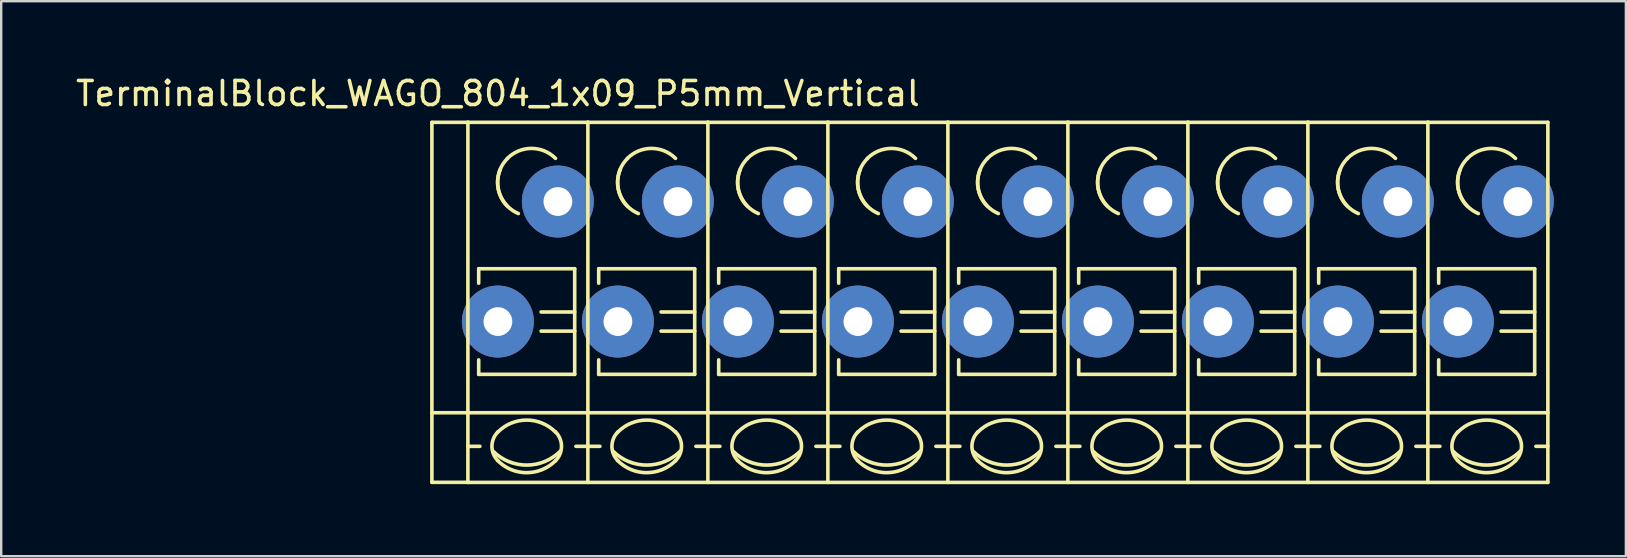
<source format=kicad_pcb>
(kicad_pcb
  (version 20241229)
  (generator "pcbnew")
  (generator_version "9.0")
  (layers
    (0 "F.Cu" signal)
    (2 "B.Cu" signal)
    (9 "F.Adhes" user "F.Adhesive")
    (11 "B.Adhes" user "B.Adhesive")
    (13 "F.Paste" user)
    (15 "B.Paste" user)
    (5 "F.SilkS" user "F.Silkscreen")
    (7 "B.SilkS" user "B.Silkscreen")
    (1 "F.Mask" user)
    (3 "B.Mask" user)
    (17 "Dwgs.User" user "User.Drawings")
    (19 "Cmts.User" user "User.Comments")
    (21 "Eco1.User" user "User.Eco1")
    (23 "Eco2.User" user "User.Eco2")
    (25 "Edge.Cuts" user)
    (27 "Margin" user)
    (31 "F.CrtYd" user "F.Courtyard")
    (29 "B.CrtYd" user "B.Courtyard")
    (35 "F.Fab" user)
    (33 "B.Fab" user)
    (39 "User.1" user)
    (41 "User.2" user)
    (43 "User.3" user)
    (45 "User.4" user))
  (footprint "TerminalBlock_WAGO_804_1x09_P5mm_Vertical"
    (layer "F.Cu")
    (at 17.696 10.348)
    (property "Reference" "TerminalBlock_WAGO_804_1x09_P5mm_Vertical" (at 0 -9.5 0) (layer "F.SilkS") (effects (font (size 1 1) (thickness 0.15))))
    (attr through_hole)
    (fp_line (start -2.75 -8.3) (end -1.25 -8.3) (stroke (width 0.15) (type solid)) (layer "F.SilkS"))
    (fp_line (start -2.75 6.7) (end -2.75 -8.3) (stroke (width 0.15) (type solid)) (layer "F.SilkS"))
    (fp_line (start -1.25 6.7) (end -2.75 6.7) (stroke (width 0.15) (type solid)) (layer "F.SilkS"))
    (fp_line (start -1.25 5.199) (end -0.749 5.199) (stroke (width 0.15) (type solid)) (layer "F.SilkS"))
    (fp_line (start -1.25 6.701) (end -1.25 -8.301) (stroke (width 0.15) (type solid)) (layer "F.SilkS"))
    (fp_line (start -0.8 -2.2) (end -0.8 -1.6) (stroke (width 0.15) (type solid)) (layer "F.SilkS"))
    (fp_line (start -0.8 -2.2) (end 3.2 -2.2) (stroke (width 0.15) (type solid)) (layer "F.SilkS"))
    (fp_line (start -0.8 2.2) (end -0.8 1.6) (stroke (width 0.15) (type solid)) (layer "F.SilkS"))
    (fp_line (start 3.2 -2.2) (end 3.2 2.2) (stroke (width 0.15) (type solid)) (layer "F.SilkS"))
    (fp_line (start 3.2 -0.399) (end 1.801 -0.399) (stroke (width 0.15) (type solid)) (layer "F.SilkS"))
    (fp_line (start 3.2 0.399) (end 1.801 0.399) (stroke (width 0.15) (type solid)) (layer "F.SilkS"))
    (fp_line (start 3.2 2.2) (end -0.8 2.2) (stroke (width 0.15) (type solid)) (layer "F.SilkS"))
    (fp_line (start 3.749 -8.301) (end -1.25 -8.301) (stroke (width 0.15) (type solid)) (layer "F.SilkS"))
    (fp_line (start 3.749 -8.301) (end 3.749 6.701) (stroke (width 0.15) (type solid)) (layer "F.SilkS"))
    (fp_line (start 3.749 5.199) (end 3.251 5.199) (stroke (width 0.15) (type solid)) (layer "F.SilkS"))
    (fp_line (start 3.749 6.701) (end -1.25 6.701) (stroke (width 0.15) (type solid)) (layer "F.SilkS"))
    (fp_line (start 3.75 3.8) (end -2.75 3.8) (stroke (width 0.15) (type solid)) (layer "F.SilkS"))
    (fp_line (start 3.75 3.8) (end 8.75 3.8) (stroke (width 0.15) (type solid)) (layer "F.SilkS"))
    (fp_line (start 3.75 5.199) (end 4.251 5.199) (stroke (width 0.15) (type solid)) (layer "F.SilkS"))
    (fp_line (start 4.2 -2.2) (end 4.2 -1.6) (stroke (width 0.15) (type solid)) (layer "F.SilkS"))
    (fp_line (start 4.2 -2.2) (end 8.2 -2.2) (stroke (width 0.15) (type solid)) (layer "F.SilkS"))
    (fp_line (start 4.2 2.2) (end 4.2 1.6) (stroke (width 0.15) (type solid)) (layer "F.SilkS"))
    (fp_line (start 8.2 -2.2) (end 8.2 2.2) (stroke (width 0.15) (type solid)) (layer "F.SilkS"))
    (fp_line (start 8.2 -0.399) (end 6.801 -0.399) (stroke (width 0.15) (type solid)) (layer "F.SilkS"))
    (fp_line (start 8.2 0.399) (end 6.801 0.399) (stroke (width 0.15) (type solid)) (layer "F.SilkS"))
    (fp_line (start 8.2 2.2) (end 4.2 2.2) (stroke (width 0.15) (type solid)) (layer "F.SilkS"))
    (fp_line (start 8.749 -8.301) (end 3.75 -8.301) (stroke (width 0.15) (type solid)) (layer "F.SilkS"))
    (fp_line (start 8.749 -8.301) (end 8.749 6.701) (stroke (width 0.15) (type solid)) (layer "F.SilkS"))
    (fp_line (start 8.749 5.199) (end 8.251 5.199) (stroke (width 0.15) (type solid)) (layer "F.SilkS"))
    (fp_line (start 8.749 6.701) (end 3.75 6.701) (stroke (width 0.15) (type solid)) (layer "F.SilkS"))
    (fp_line (start 8.75 3.8) (end 13.75 3.8) (stroke (width 0.15) (type solid)) (layer "F.SilkS"))
    (fp_line (start 8.75 5.199) (end 9.251 5.199) (stroke (width 0.15) (type solid)) (layer "F.SilkS"))
    (fp_line (start 9.2 -2.2) (end 9.2 -1.6) (stroke (width 0.15) (type solid)) (layer "F.SilkS"))
    (fp_line (start 9.2 -2.2) (end 13.2 -2.2) (stroke (width 0.15) (type solid)) (layer "F.SilkS"))
    (fp_line (start 9.2 2.2) (end 9.2 1.6) (stroke (width 0.15) (type solid)) (layer "F.SilkS"))
    (fp_line (start 13.2 -2.2) (end 13.2 2.2) (stroke (width 0.15) (type solid)) (layer "F.SilkS"))
    (fp_line (start 13.2 -0.399) (end 11.801 -0.399) (stroke (width 0.15) (type solid)) (layer "F.SilkS"))
    (fp_line (start 13.2 0.399) (end 11.801 0.399) (stroke (width 0.15) (type solid)) (layer "F.SilkS"))
    (fp_line (start 13.2 2.2) (end 9.2 2.2) (stroke (width 0.15) (type solid)) (layer "F.SilkS"))
    (fp_line (start 13.749 -8.301) (end 8.75 -8.301) (stroke (width 0.15) (type solid)) (layer "F.SilkS"))
    (fp_line (start 13.749 -8.301) (end 13.749 6.701) (stroke (width 0.15) (type solid)) (layer "F.SilkS"))
    (fp_line (start 13.749 5.199) (end 13.251 5.199) (stroke (width 0.15) (type solid)) (layer "F.SilkS"))
    (fp_line (start 13.749 6.701) (end 8.75 6.701) (stroke (width 0.15) (type solid)) (layer "F.SilkS"))
    (fp_line (start 13.75 3.8) (end 18.75 3.8) (stroke (width 0.15) (type solid)) (layer "F.SilkS"))
    (fp_line (start 13.75 5.199) (end 14.251 5.199) (stroke (width 0.15) (type solid)) (layer "F.SilkS"))
    (fp_line (start 14.2 -2.2) (end 14.2 -1.6) (stroke (width 0.15) (type solid)) (layer "F.SilkS"))
    (fp_line (start 14.2 -2.2) (end 18.2 -2.2) (stroke (width 0.15) (type solid)) (layer "F.SilkS"))
    (fp_line (start 14.2 2.2) (end 14.2 1.6) (stroke (width 0.15) (type solid)) (layer "F.SilkS"))
    (fp_line (start 18.2 -2.2) (end 18.2 2.2) (stroke (width 0.15) (type solid)) (layer "F.SilkS"))
    (fp_line (start 18.2 -0.399) (end 16.801 -0.399) (stroke (width 0.15) (type solid)) (layer "F.SilkS"))
    (fp_line (start 18.2 0.399) (end 16.801 0.399) (stroke (width 0.15) (type solid)) (layer "F.SilkS"))
    (fp_line (start 18.2 2.2) (end 14.2 2.2) (stroke (width 0.15) (type solid)) (layer "F.SilkS"))
    (fp_line (start 18.749 -8.301) (end 13.75 -8.301) (stroke (width 0.15) (type solid)) (layer "F.SilkS"))
    (fp_line (start 18.749 -8.301) (end 18.749 6.701) (stroke (width 0.15) (type solid)) (layer "F.SilkS"))
    (fp_line (start 18.749 5.199) (end 18.251 5.199) (stroke (width 0.15) (type solid)) (layer "F.SilkS"))
    (fp_line (start 18.749 6.701) (end 13.75 6.701) (stroke (width 0.15) (type solid)) (layer "F.SilkS"))
    (fp_line (start 18.75 3.8) (end 23.75 3.8) (stroke (width 0.15) (type solid)) (layer "F.SilkS"))
    (fp_line (start 18.75 5.199) (end 19.251 5.199) (stroke (width 0.15) (type solid)) (layer "F.SilkS"))
    (fp_line (start 19.2 -2.2) (end 19.2 -1.6) (stroke (width 0.15) (type solid)) (layer "F.SilkS"))
    (fp_line (start 19.2 -2.2) (end 23.2 -2.2) (stroke (width 0.15) (type solid)) (layer "F.SilkS"))
    (fp_line (start 19.2 2.2) (end 19.2 1.6) (stroke (width 0.15) (type solid)) (layer "F.SilkS"))
    (fp_line (start 23.2 -2.2) (end 23.2 2.2) (stroke (width 0.15) (type solid)) (layer "F.SilkS"))
    (fp_line (start 23.2 -0.399) (end 21.801 -0.399) (stroke (width 0.15) (type solid)) (layer "F.SilkS"))
    (fp_line (start 23.2 0.399) (end 21.801 0.399) (stroke (width 0.15) (type solid)) (layer "F.SilkS"))
    (fp_line (start 23.2 2.2) (end 19.2 2.2) (stroke (width 0.15) (type solid)) (layer "F.SilkS"))
    (fp_line (start 23.749 -8.301) (end 18.75 -8.301) (stroke (width 0.15) (type solid)) (layer "F.SilkS"))
    (fp_line (start 23.749 -8.301) (end 23.749 6.701) (stroke (width 0.15) (type solid)) (layer "F.SilkS"))
    (fp_line (start 23.749 5.199) (end 23.251 5.199) (stroke (width 0.15) (type solid)) (layer "F.SilkS"))
    (fp_line (start 23.749 6.701) (end 18.75 6.701) (stroke (width 0.15) (type solid)) (layer "F.SilkS"))
    (fp_line (start 23.75 3.8) (end 28.75 3.8) (stroke (width 0.15) (type solid)) (layer "F.SilkS"))
    (fp_line (start 23.75 5.199) (end 24.251 5.199) (stroke (width 0.15) (type solid)) (layer "F.SilkS"))
    (fp_line (start 24.2 -2.2) (end 24.2 -1.6) (stroke (width 0.15) (type solid)) (layer "F.SilkS"))
    (fp_line (start 24.2 -2.2) (end 28.2 -2.2) (stroke (width 0.15) (type solid)) (layer "F.SilkS"))
    (fp_line (start 24.2 2.2) (end 24.2 1.6) (stroke (width 0.15) (type solid)) (layer "F.SilkS"))
    (fp_line (start 28.2 -2.2) (end 28.2 2.2) (stroke (width 0.15) (type solid)) (layer "F.SilkS"))
    (fp_line (start 28.2 -0.399) (end 26.801 -0.399) (stroke (width 0.15) (type solid)) (layer "F.SilkS"))
    (fp_line (start 28.2 0.399) (end 26.801 0.399) (stroke (width 0.15) (type solid)) (layer "F.SilkS"))
    (fp_line (start 28.2 2.2) (end 24.2 2.2) (stroke (width 0.15) (type solid)) (layer "F.SilkS"))
    (fp_line (start 28.749 -8.301) (end 23.75 -8.301) (stroke (width 0.15) (type solid)) (layer "F.SilkS"))
    (fp_line (start 28.749 -8.301) (end 28.749 6.701) (stroke (width 0.15) (type solid)) (layer "F.SilkS"))
    (fp_line (start 28.749 5.199) (end 28.251 5.199) (stroke (width 0.15) (type solid)) (layer "F.SilkS"))
    (fp_line (start 28.749 6.701) (end 23.75 6.701) (stroke (width 0.15) (type solid)) (layer "F.SilkS"))
    (fp_line (start 28.75 3.8) (end 33.75 3.8) (stroke (width 0.15) (type solid)) (layer "F.SilkS"))
    (fp_line (start 28.75 5.199) (end 29.251 5.199) (stroke (width 0.15) (type solid)) (layer "F.SilkS"))
    (fp_line (start 29.2 -2.2) (end 29.2 -1.6) (stroke (width 0.15) (type solid)) (layer "F.SilkS"))
    (fp_line (start 29.2 -2.2) (end 33.2 -2.2) (stroke (width 0.15) (type solid)) (layer "F.SilkS"))
    (fp_line (start 29.2 2.2) (end 29.2 1.6) (stroke (width 0.15) (type solid)) (layer "F.SilkS"))
    (fp_line (start 33.2 -2.2) (end 33.2 2.2) (stroke (width 0.15) (type solid)) (layer "F.SilkS"))
    (fp_line (start 33.2 -0.399) (end 31.801 -0.399) (stroke (width 0.15) (type solid)) (layer "F.SilkS"))
    (fp_line (start 33.2 0.399) (end 31.801 0.399) (stroke (width 0.15) (type solid)) (layer "F.SilkS"))
    (fp_line (start 33.2 2.2) (end 29.2 2.2) (stroke (width 0.15) (type solid)) (layer "F.SilkS"))
    (fp_line (start 33.749 -8.301) (end 28.75 -8.301) (stroke (width 0.15) (type solid)) (layer "F.SilkS"))
    (fp_line (start 33.749 -8.301) (end 33.749 6.701) (stroke (width 0.15) (type solid)) (layer "F.SilkS"))
    (fp_line (start 33.749 5.199) (end 33.251 5.199) (stroke (width 0.15) (type solid)) (layer "F.SilkS"))
    (fp_line (start 33.749 6.701) (end 28.75 6.701) (stroke (width 0.15) (type solid)) (layer "F.SilkS"))
    (fp_line (start 33.75 3.8) (end 38.75 3.8) (stroke (width 0.15) (type solid)) (layer "F.SilkS"))
    (fp_line (start 33.75 5.199) (end 34.251 5.199) (stroke (width 0.15) (type solid)) (layer "F.SilkS"))
    (fp_line (start 34.2 -2.2) (end 34.2 -1.6) (stroke (width 0.15) (type solid)) (layer "F.SilkS"))
    (fp_line (start 34.2 -2.2) (end 38.2 -2.2) (stroke (width 0.15) (type solid)) (layer "F.SilkS"))
    (fp_line (start 34.2 2.2) (end 34.2 1.6) (stroke (width 0.15) (type solid)) (layer "F.SilkS"))
    (fp_line (start 38.2 -2.2) (end 38.2 2.2) (stroke (width 0.15) (type solid)) (layer "F.SilkS"))
    (fp_line (start 38.2 -0.399) (end 36.801 -0.399) (stroke (width 0.15) (type solid)) (layer "F.SilkS"))
    (fp_line (start 38.2 0.399) (end 36.801 0.399) (stroke (width 0.15) (type solid)) (layer "F.SilkS"))
    (fp_line (start 38.2 2.2) (end 34.2 2.2) (stroke (width 0.15) (type solid)) (layer "F.SilkS"))
    (fp_line (start 38.749 -8.301) (end 33.75 -8.301) (stroke (width 0.15) (type solid)) (layer "F.SilkS"))
    (fp_line (start 38.749 -8.301) (end 38.749 6.701) (stroke (width 0.15) (type solid)) (layer "F.SilkS"))
    (fp_line (start 38.749 5.199) (end 38.251 5.199) (stroke (width 0.15) (type solid)) (layer "F.SilkS"))
    (fp_line (start 38.749 6.701) (end 33.75 6.701) (stroke (width 0.15) (type solid)) (layer "F.SilkS"))
    (fp_line (start 38.75 3.8) (end 43.75 3.8) (stroke (width 0.15) (type solid)) (layer "F.SilkS"))
    (fp_line (start 38.75 5.199) (end 39.251 5.199) (stroke (width 0.15) (type solid)) (layer "F.SilkS"))
    (fp_line (start 39.2 -2.2) (end 39.2 -1.6) (stroke (width 0.15) (type solid)) (layer "F.SilkS"))
    (fp_line (start 39.2 -2.2) (end 43.2 -2.2) (stroke (width 0.15) (type solid)) (layer "F.SilkS"))
    (fp_line (start 39.2 2.2) (end 39.2 1.6) (stroke (width 0.15) (type solid)) (layer "F.SilkS"))
    (fp_line (start 43.2 -2.2) (end 43.2 2.2) (stroke (width 0.15) (type solid)) (layer "F.SilkS"))
    (fp_line (start 43.2 -0.399) (end 41.801 -0.399) (stroke (width 0.15) (type solid)) (layer "F.SilkS"))
    (fp_line (start 43.2 0.399) (end 41.801 0.399) (stroke (width 0.15) (type solid)) (layer "F.SilkS"))
    (fp_line (start 43.2 2.2) (end 39.2 2.2) (stroke (width 0.15) (type solid)) (layer "F.SilkS"))
    (fp_line (start 43.749 -8.301) (end 38.75 -8.301) (stroke (width 0.15) (type solid)) (layer "F.SilkS"))
    (fp_line (start 43.749 -8.301) (end 43.749 6.701) (stroke (width 0.15) (type solid)) (layer "F.SilkS"))
    (fp_line (start 43.749 5.199) (end 43.251 5.199) (stroke (width 0.15) (type solid)) (layer "F.SilkS"))
    (fp_line (start 43.749 6.701) (end 38.75 6.701) (stroke (width 0.15) (type solid)) (layer "F.SilkS"))
    (fp_arc (start 0 4.60248) (mid 1.19888 4.105888) (end 2.39776 4.60248) (stroke (width 0.15) (type solid)) (layer "F.SilkS"))
    (fp_arc (start 0 5.79882) (mid -0.248296 5.19938) (end 0 4.59994) (stroke (width 0.15) (type solid)) (layer "F.SilkS"))
    (fp_arc (start 0.39878 -6.79958) (mid 1.39954 -7.214108) (end 2.4003 -6.79958) (stroke (width 0.15) (type solid)) (layer "F.SilkS"))
    (fp_arc (start 0.39878 -4.8006) (mid -0.013952 -5.800616) (end 0.40132 -6.79958) (stroke (width 0.15) (type solid)) (layer "F.SilkS"))
    (fp_arc (start 0.8509 -4.50088) (mid 0.093811 -5.268985) (end 0.1016 -6.34746) (stroke (width 0.15) (type solid)) (layer "F.SilkS"))
    (fp_arc (start 2.4003 5.79882) (mid 1.200676 6.297208) (end 0 5.80136) (stroke (width 0.15) (type solid)) (layer "F.SilkS"))
    (fp_arc (start 2.40284 4.59994) (mid 2.650392 5.201176) (end 2.4003 5.80136) (stroke (width 0.15) (type solid)) (layer "F.SilkS"))
    (fp_arc (start 2.60096 5.40004) (mid 1.200676 5.981545) (end -0.20066 5.40258) (stroke (width 0.15) (type solid)) (layer "F.SilkS"))
    (fp_arc (start 5 4.60248) (mid 6.19888 4.105888) (end 7.39776 4.60248) (stroke (width 0.15) (type solid)) (layer "F.SilkS"))
    (fp_arc (start 5 5.79882) (mid 4.751704 5.19938) (end 5 4.59994) (stroke (width 0.15) (type solid)) (layer "F.SilkS"))
    (fp_arc (start 5.39878 -6.79958) (mid 6.39954 -7.214108) (end 7.4003 -6.79958) (stroke (width 0.15) (type solid)) (layer "F.SilkS"))
    (fp_arc (start 5.39878 -4.8006) (mid 4.986048 -5.800616) (end 5.40132 -6.79958) (stroke (width 0.15) (type solid)) (layer "F.SilkS"))
    (fp_arc (start 5.8509 -4.50088) (mid 5.093811 -5.268985) (end 5.1016 -6.34746) (stroke (width 0.15) (type solid)) (layer "F.SilkS"))
    (fp_arc (start 7.4003 5.79882) (mid 6.200676 6.297208) (end 5 5.80136) (stroke (width 0.15) (type solid)) (layer "F.SilkS"))
    (fp_arc (start 7.40284 4.59994) (mid 7.650392 5.201176) (end 7.4003 5.80136) (stroke (width 0.15) (type solid)) (layer "F.SilkS"))
    (fp_arc (start 7.60096 5.40004) (mid 6.200676 5.981545) (end 4.79934 5.40258) (stroke (width 0.15) (type solid)) (layer "F.SilkS"))
    (fp_arc (start 10 4.60248) (mid 11.19888 4.105888) (end 12.39776 4.60248) (stroke (width 0.15) (type solid)) (layer "F.SilkS"))
    (fp_arc (start 10 5.79882) (mid 9.751704 5.19938) (end 10 4.59994) (stroke (width 0.15) (type solid)) (layer "F.SilkS"))
    (fp_arc (start 10.39878 -6.79958) (mid 11.39954 -7.214108) (end 12.4003 -6.79958) (stroke (width 0.15) (type solid)) (layer "F.SilkS"))
    (fp_arc (start 10.39878 -4.8006) (mid 9.986048 -5.800616) (end 10.40132 -6.79958) (stroke (width 0.15) (type solid)) (layer "F.SilkS"))
    (fp_arc (start 10.8509 -4.50088) (mid 10.093811 -5.268985) (end 10.1016 -6.34746) (stroke (width 0.15) (type solid)) (layer "F.SilkS"))
    (fp_arc (start 12.4003 5.79882) (mid 11.200676 6.297208) (end 10 5.80136) (stroke (width 0.15) (type solid)) (layer "F.SilkS"))
    (fp_arc (start 12.40284 4.59994) (mid 12.650392 5.201176) (end 12.4003 5.80136) (stroke (width 0.15) (type solid)) (layer "F.SilkS"))
    (fp_arc (start 12.60096 5.40004) (mid 11.200676 5.981545) (end 9.79934 5.40258) (stroke (width 0.15) (type solid)) (layer "F.SilkS"))
    (fp_arc (start 15 4.60248) (mid 16.19888 4.105888) (end 17.39776 4.60248) (stroke (width 0.15) (type solid)) (layer "F.SilkS"))
    (fp_arc (start 15 5.79882) (mid 14.751704 5.19938) (end 15 4.59994) (stroke (width 0.15) (type solid)) (layer "F.SilkS"))
    (fp_arc (start 15.39878 -6.79958) (mid 16.39954 -7.214108) (end 17.4003 -6.79958) (stroke (width 0.15) (type solid)) (layer "F.SilkS"))
    (fp_arc (start 15.39878 -4.8006) (mid 14.986048 -5.800616) (end 15.40132 -6.79958) (stroke (width 0.15) (type solid)) (layer "F.SilkS"))
    (fp_arc (start 15.8509 -4.50088) (mid 15.093811 -5.268985) (end 15.1016 -6.34746) (stroke (width 0.15) (type solid)) (layer "F.SilkS"))
    (fp_arc (start 17.4003 5.79882) (mid 16.200676 6.297208) (end 15 5.80136) (stroke (width 0.15) (type solid)) (layer "F.SilkS"))
    (fp_arc (start 17.40284 4.59994) (mid 17.650392 5.201176) (end 17.4003 5.80136) (stroke (width 0.15) (type solid)) (layer "F.SilkS"))
    (fp_arc (start 17.60096 5.40004) (mid 16.200676 5.981545) (end 14.79934 5.40258) (stroke (width 0.15) (type solid)) (layer "F.SilkS"))
    (fp_arc (start 20 4.60248) (mid 21.19888 4.105888) (end 22.39776 4.60248) (stroke (width 0.15) (type solid)) (layer "F.SilkS"))
    (fp_arc (start 20 5.79882) (mid 19.751704 5.19938) (end 20 4.59994) (stroke (width 0.15) (type solid)) (layer "F.SilkS"))
    (fp_arc (start 20.39878 -6.79958) (mid 21.39954 -7.214108) (end 22.4003 -6.79958) (stroke (width 0.15) (type solid)) (layer "F.SilkS"))
    (fp_arc (start 20.39878 -4.8006) (mid 19.986048 -5.800616) (end 20.40132 -6.79958) (stroke (width 0.15) (type solid)) (layer "F.SilkS"))
    (fp_arc (start 20.8509 -4.50088) (mid 20.093811 -5.268985) (end 20.1016 -6.34746) (stroke (width 0.15) (type solid)) (layer "F.SilkS"))
    (fp_arc (start 22.4003 5.79882) (mid 21.200676 6.297208) (end 20 5.80136) (stroke (width 0.15) (type solid)) (layer "F.SilkS"))
    (fp_arc (start 22.40284 4.59994) (mid 22.650392 5.201176) (end 22.4003 5.80136) (stroke (width 0.15) (type solid)) (layer "F.SilkS"))
    (fp_arc (start 22.60096 5.40004) (mid 21.200676 5.981545) (end 19.79934 5.40258) (stroke (width 0.15) (type solid)) (layer "F.SilkS"))
    (fp_arc (start 25 4.60248) (mid 26.19888 4.105888) (end 27.39776 4.60248) (stroke (width 0.15) (type solid)) (layer "F.SilkS"))
    (fp_arc (start 25 5.79882) (mid 24.751704 5.19938) (end 25 4.59994) (stroke (width 0.15) (type solid)) (layer "F.SilkS"))
    (fp_arc (start 25.39878 -6.79958) (mid 26.39954 -7.214108) (end 27.4003 -6.79958) (stroke (width 0.15) (type solid)) (layer "F.SilkS"))
    (fp_arc (start 25.39878 -4.8006) (mid 24.986048 -5.800616) (end 25.40132 -6.79958) (stroke (width 0.15) (type solid)) (layer "F.SilkS"))
    (fp_arc (start 25.8509 -4.50088) (mid 25.093811 -5.268985) (end 25.1016 -6.34746) (stroke (width 0.15) (type solid)) (layer "F.SilkS"))
    (fp_arc (start 27.4003 5.79882) (mid 26.200676 6.297208) (end 25 5.80136) (stroke (width 0.15) (type solid)) (layer "F.SilkS"))
    (fp_arc (start 27.40284 4.59994) (mid 27.650392 5.201176) (end 27.4003 5.80136) (stroke (width 0.15) (type solid)) (layer "F.SilkS"))
    (fp_arc (start 27.60096 5.40004) (mid 26.200676 5.981545) (end 24.79934 5.40258) (stroke (width 0.15) (type solid)) (layer "F.SilkS"))
    (fp_arc (start 30 4.60248) (mid 31.19888 4.105888) (end 32.39776 4.60248) (stroke (width 0.15) (type solid)) (layer "F.SilkS"))
    (fp_arc (start 30 5.79882) (mid 29.751704 5.19938) (end 30 4.59994) (stroke (width 0.15) (type solid)) (layer "F.SilkS"))
    (fp_arc (start 30.39878 -6.79958) (mid 31.39954 -7.214108) (end 32.4003 -6.79958) (stroke (width 0.15) (type solid)) (layer "F.SilkS"))
    (fp_arc (start 30.39878 -4.8006) (mid 29.986048 -5.800616) (end 30.40132 -6.79958) (stroke (width 0.15) (type solid)) (layer "F.SilkS"))
    (fp_arc (start 30.8509 -4.50088) (mid 30.093811 -5.268985) (end 30.1016 -6.34746) (stroke (width 0.15) (type solid)) (layer "F.SilkS"))
    (fp_arc (start 32.4003 5.79882) (mid 31.200676 6.297208) (end 30 5.80136) (stroke (width 0.15) (type solid)) (layer "F.SilkS"))
    (fp_arc (start 32.40284 4.59994) (mid 32.650392 5.201176) (end 32.4003 5.80136) (stroke (width 0.15) (type solid)) (layer "F.SilkS"))
    (fp_arc (start 32.60096 5.40004) (mid 31.200676 5.981545) (end 29.79934 5.40258) (stroke (width 0.15) (type solid)) (layer "F.SilkS"))
    (fp_arc (start 35 4.60248) (mid 36.19888 4.105888) (end 37.39776 4.60248) (stroke (width 0.15) (type solid)) (layer "F.SilkS"))
    (fp_arc (start 35 5.79882) (mid 34.751704 5.19938) (end 35 4.59994) (stroke (width 0.15) (type solid)) (layer "F.SilkS"))
    (fp_arc (start 35.39878 -6.79958) (mid 36.39954 -7.214108) (end 37.4003 -6.79958) (stroke (width 0.15) (type solid)) (layer "F.SilkS"))
    (fp_arc (start 35.39878 -4.8006) (mid 34.986048 -5.800616) (end 35.40132 -6.79958) (stroke (width 0.15) (type solid)) (layer "F.SilkS"))
    (fp_arc (start 35.8509 -4.50088) (mid 35.093811 -5.268985) (end 35.1016 -6.34746) (stroke (width 0.15) (type solid)) (layer "F.SilkS"))
    (fp_arc (start 37.4003 5.79882) (mid 36.200676 6.297208) (end 35 5.80136) (stroke (width 0.15) (type solid)) (layer "F.SilkS"))
    (fp_arc (start 37.40284 4.59994) (mid 37.650392 5.201176) (end 37.4003 5.80136) (stroke (width 0.15) (type solid)) (layer "F.SilkS"))
    (fp_arc (start 37.60096 5.40004) (mid 36.200676 5.981545) (end 34.79934 5.40258) (stroke (width 0.15) (type solid)) (layer "F.SilkS"))
    (fp_arc (start 40 4.60248) (mid 41.19888 4.105888) (end 42.39776 4.60248) (stroke (width 0.15) (type solid)) (layer "F.SilkS"))
    (fp_arc (start 40 5.79882) (mid 39.751704 5.19938) (end 40 4.59994) (stroke (width 0.15) (type solid)) (layer "F.SilkS"))
    (fp_arc (start 40.39878 -6.79958) (mid 41.39954 -7.214108) (end 42.4003 -6.79958) (stroke (width 0.15) (type solid)) (layer "F.SilkS"))
    (fp_arc (start 40.39878 -4.8006) (mid 39.986048 -5.800616) (end 40.40132 -6.79958) (stroke (width 0.15) (type solid)) (layer "F.SilkS"))
    (fp_arc (start 40.8509 -4.50088) (mid 40.093811 -5.268985) (end 40.1016 -6.34746) (stroke (width 0.15) (type solid)) (layer "F.SilkS"))
    (fp_arc (start 42.4003 5.79882) (mid 41.200676 6.297208) (end 40 5.80136) (stroke (width 0.15) (type solid)) (layer "F.SilkS"))
    (fp_arc (start 42.40284 4.59994) (mid 42.650392 5.201176) (end 42.4003 5.80136) (stroke (width 0.15) (type solid)) (layer "F.SilkS"))
    (fp_arc (start 42.60096 5.40004) (mid 41.200676 5.981545) (end 39.79934 5.40258) (stroke (width 0.15) (type solid)) (layer "F.SilkS"))
    (pad "1" thru_hole circle (at 0 0) (size 3 3) (drill 1.2) (layers "*.Cu" "*.Mask"))
    (pad "1" thru_hole circle (at 2.499 -5.001) (size 3 3) (drill 1.2) (layers "*.Cu" "*.Mask"))
    (pad "2" thru_hole circle (at 5 0) (size 3 3) (drill 1.2) (layers "*.Cu" "*.Mask"))
    (pad "2" thru_hole circle (at 7.499 -5.001) (size 3 3) (drill 1.2) (layers "*.Cu" "*.Mask"))
    (pad "3" thru_hole circle (at 10 0) (size 3 3) (drill 1.2) (layers "*.Cu" "*.Mask"))
    (pad "3" thru_hole circle (at 12.499 -5.001) (size 3 3) (drill 1.2) (layers "*.Cu" "*.Mask"))
    (pad "4" thru_hole circle (at 15 0) (size 3 3) (drill 1.2) (layers "*.Cu" "*.Mask"))
    (pad "4" thru_hole circle (at 17.499 -5.001) (size 3 3) (drill 1.2) (layers "*.Cu" "*.Mask"))
    (pad "5" thru_hole circle (at 20 0) (size 3 3) (drill 1.2) (layers "*.Cu" "*.Mask"))
    (pad "5" thru_hole circle (at 22.499 -5.001) (size 3 3) (drill 1.2) (layers "*.Cu" "*.Mask"))
    (pad "6" thru_hole circle (at 25 0) (size 3 3) (drill 1.2) (layers "*.Cu" "*.Mask"))
    (pad "6" thru_hole circle (at 27.499 -5.001) (size 3 3) (drill 1.2) (layers "*.Cu" "*.Mask"))
    (pad "7" thru_hole circle (at 30 0) (size 3 3) (drill 1.2) (layers "*.Cu" "*.Mask"))
    (pad "7" thru_hole circle (at 32.499 -5.001) (size 3 3) (drill 1.2) (layers "*.Cu" "*.Mask"))
    (pad "8" thru_hole circle (at 35 0) (size 3 3) (drill 1.2) (layers "*.Cu" "*.Mask"))
    (pad "8" thru_hole circle (at 37.499 -5.001) (size 3 3) (drill 1.2) (layers "*.Cu" "*.Mask"))
    (pad "9" thru_hole circle (at 40 0) (size 3 3) (drill 1.2) (layers "*.Cu" "*.Mask"))
    (pad "9" thru_hole circle (at 42.499 -5.001) (size 3 3) (drill 1.2) (layers "*.Cu" "*.Mask")))
  (gr_rect
    (start -3 -3)
    (end 64.696 20.124)
    (stroke (width 0.1) (type default))
    (fill no)
    (layer "Edge.Cuts")))
</source>
